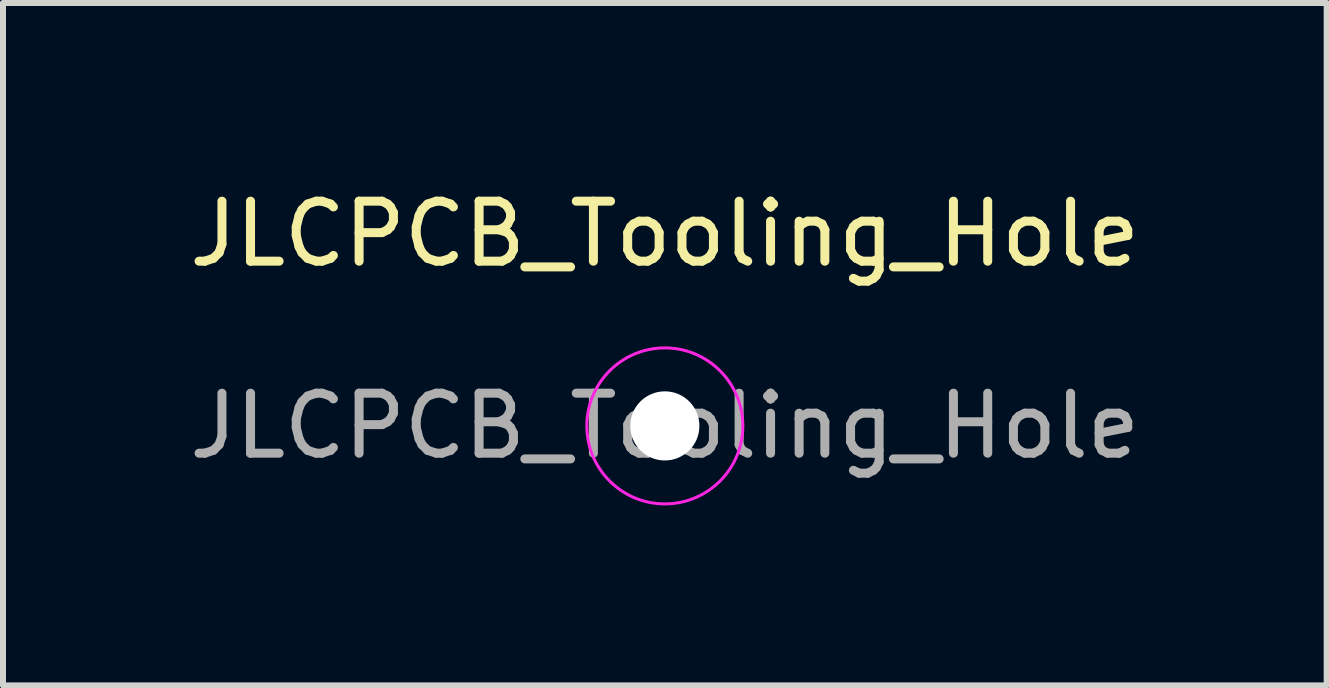
<source format=kicad_pcb>
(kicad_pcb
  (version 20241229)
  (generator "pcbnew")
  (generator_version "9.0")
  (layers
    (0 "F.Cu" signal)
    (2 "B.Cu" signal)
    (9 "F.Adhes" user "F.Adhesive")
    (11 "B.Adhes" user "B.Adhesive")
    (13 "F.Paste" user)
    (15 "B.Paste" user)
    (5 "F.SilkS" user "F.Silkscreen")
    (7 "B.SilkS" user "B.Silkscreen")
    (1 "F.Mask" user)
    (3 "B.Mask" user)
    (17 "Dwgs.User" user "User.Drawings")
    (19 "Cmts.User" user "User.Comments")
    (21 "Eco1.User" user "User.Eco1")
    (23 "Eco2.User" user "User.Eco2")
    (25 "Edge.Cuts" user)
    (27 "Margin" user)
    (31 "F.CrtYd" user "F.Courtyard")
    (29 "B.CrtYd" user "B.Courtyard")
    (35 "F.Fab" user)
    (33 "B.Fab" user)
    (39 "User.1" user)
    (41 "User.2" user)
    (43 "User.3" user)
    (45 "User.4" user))
  (footprint "JLCPCB_Tooling_Hole"
    (layer "F.Cu")
    (at 8.03 4.048)
    (property "Reference" "JLCPCB_Tooling_Hole" (at 0 -3.2 0) (layer "F.SilkS") (effects (font (size 1 1) (thickness 0.15))))
    (attr board_only exclude_from_bom)
    (fp_circle (center 0 0) (end 1.3 0) (stroke (width 0.05) (type solid)) (fill no) (layer "F.CrtYd"))
    (fp_text user "${REFERENCE}" (at 0 0 0) (layer "F.Fab") (effects (font (size 1 1) (thickness 0.15))))
    (pad "" np_thru_hole circle (at 0 0) (size 1.152 1.152) (drill 1.152) (layers "*.Cu" "*.Mask")))
  (gr_rect
    (start -3 -3)
    (end 19.06 8.373)
    (stroke (width 0.1) (type default))
    (fill no)
    (layer "Edge.Cuts")))
</source>
